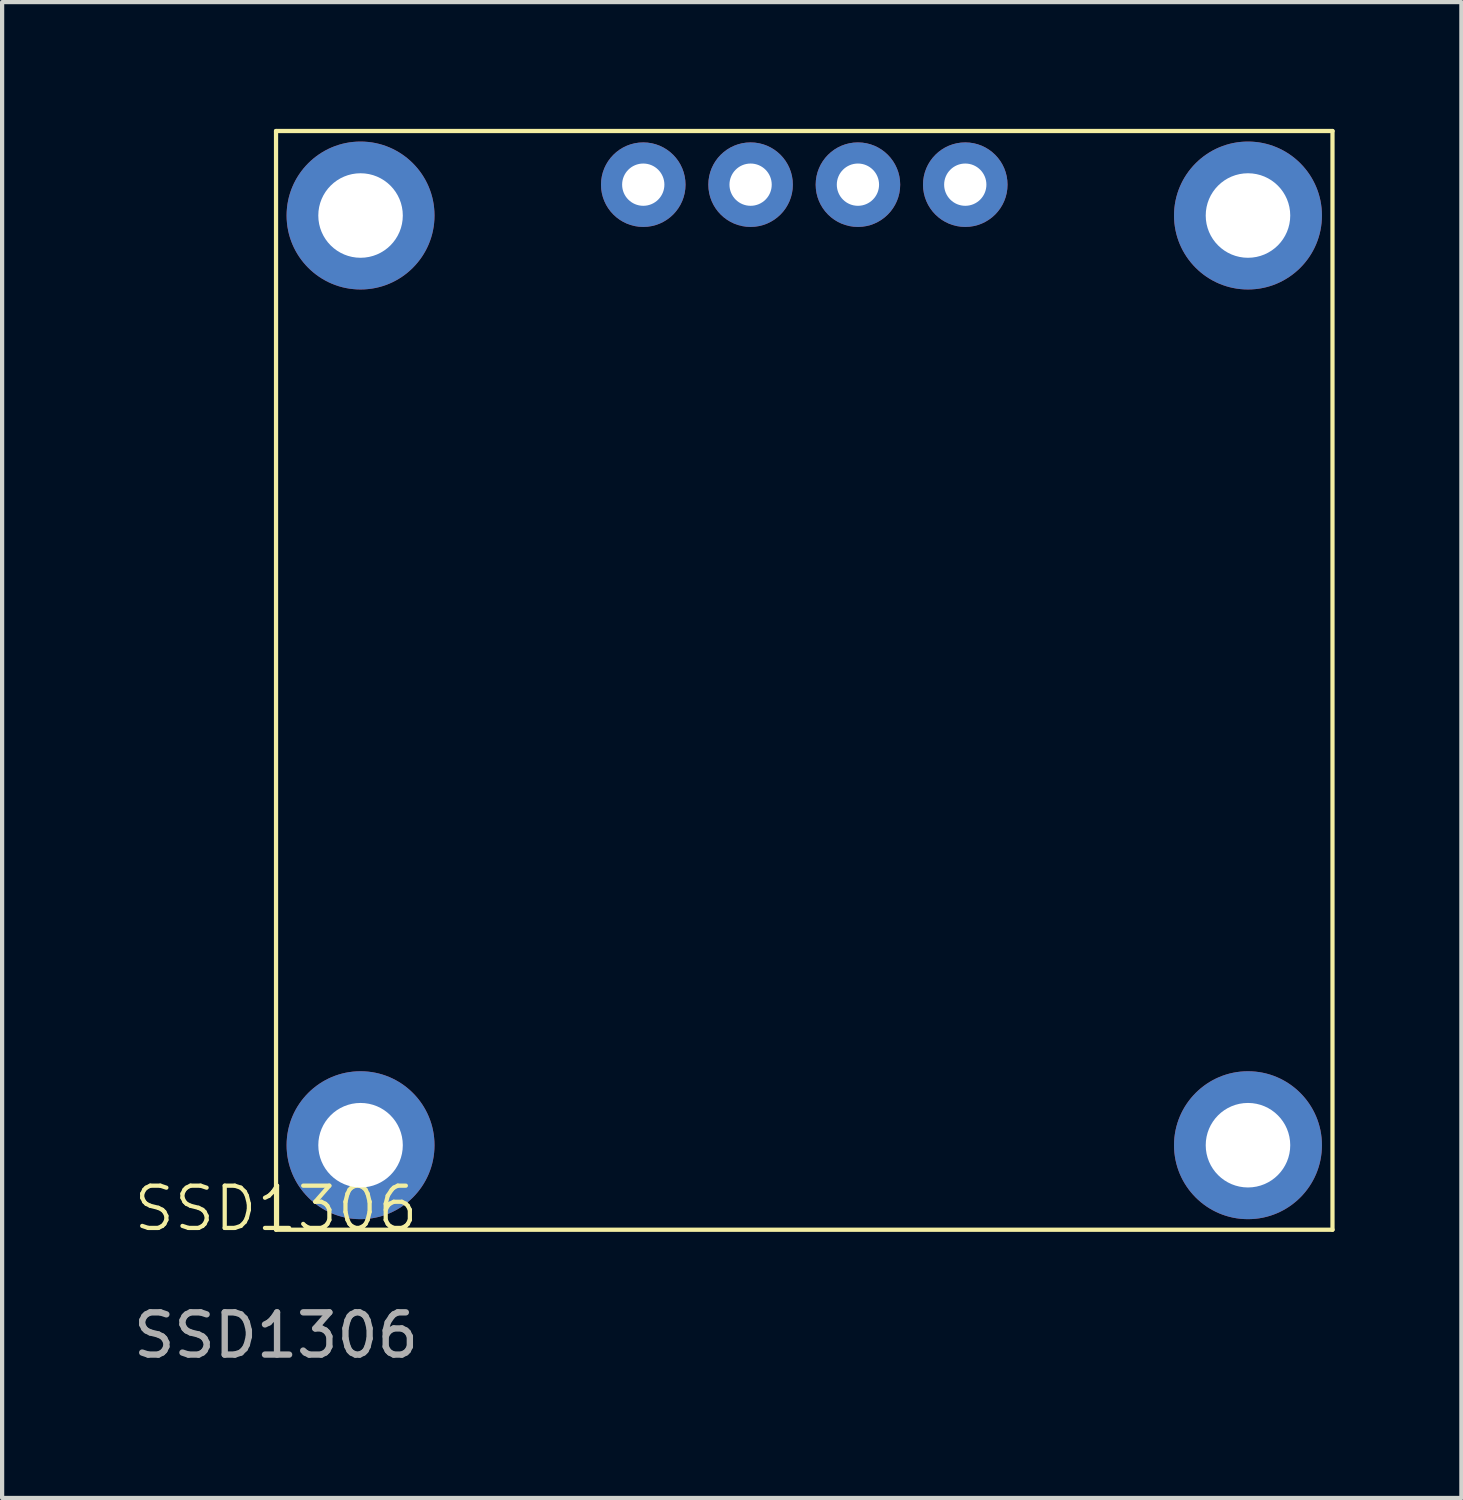
<source format=kicad_pcb>
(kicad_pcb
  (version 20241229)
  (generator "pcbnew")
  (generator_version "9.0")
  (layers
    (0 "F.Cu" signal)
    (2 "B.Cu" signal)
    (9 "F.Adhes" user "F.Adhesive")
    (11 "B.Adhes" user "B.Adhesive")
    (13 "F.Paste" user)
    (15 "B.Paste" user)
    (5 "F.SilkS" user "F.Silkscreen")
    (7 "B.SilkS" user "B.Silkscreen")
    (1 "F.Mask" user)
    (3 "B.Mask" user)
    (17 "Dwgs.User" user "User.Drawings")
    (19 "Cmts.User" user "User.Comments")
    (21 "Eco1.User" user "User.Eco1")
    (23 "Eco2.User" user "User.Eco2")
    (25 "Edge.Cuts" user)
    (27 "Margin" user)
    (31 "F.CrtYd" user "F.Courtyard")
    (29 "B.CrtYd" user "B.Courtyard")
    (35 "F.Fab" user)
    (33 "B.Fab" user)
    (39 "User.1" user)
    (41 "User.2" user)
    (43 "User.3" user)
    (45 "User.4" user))
  (footprint "SSD1306"
    (layer "F.Cu")
    (at 3.482 26.05)
    (property "Reference" "SSD1306" (at 0 -0.5 0) (unlocked yes) (layer "F.SilkS") (effects (font (size 1 1) (thickness 0.1))))
    (attr smd)
    (fp_line (start 0 -26) (end 25 -26) (stroke (width 0.1) (type default)) (layer "F.SilkS"))
    (fp_line (start 0 0) (end 0 -26) (stroke (width 0.1) (type default)) (layer "F.SilkS"))
    (fp_line (start 25 -26) (end 25 0) (stroke (width 0.1) (type default)) (layer "F.SilkS"))
    (fp_line (start 25 0) (end 0 0) (stroke (width 0.1) (type default)) (layer "F.SilkS"))
    (fp_text user "${REFERENCE}" (at 0 2.5 0) (unlocked yes) (layer "F.Fab") (effects (font (size 1 1) (thickness 0.15))))
    (pad "" np_thru_hole circle (at 2 -24) (size 3.5 3.5) (drill 2) (layers "*.Cu" "*.Mask"))
    (pad "" np_thru_hole circle (at 2 -2) (size 3.5 3.5) (drill 2) (layers "*.Cu" "*.Mask"))
    (pad "" np_thru_hole circle (at 23 -24) (size 3.5 3.5) (drill 2) (layers "*.Cu" "*.Mask"))
    (pad "" np_thru_hole circle (at 23 -2) (size 3.5 3.5) (drill 2) (layers "*.Cu" "*.Mask"))
    (pad "1" thru_hole circle (at 8.69 -24.73) (size 2 2) (drill 1) (layers "*.Cu" "*.Mask"))
    (pad "2" thru_hole circle (at 11.23 -24.73) (size 2 2) (drill 1) (layers "*.Cu" "*.Mask"))
    (pad "3" thru_hole circle (at 13.77 -24.73) (size 2 2) (drill 1) (layers "*.Cu" "*.Mask"))
    (pad "4" thru_hole circle (at 16.31 -24.73) (size 2 2) (drill 1) (layers "*.Cu" "*.Mask")))
  (gr_rect
    (start -3 -3)
    (end 31.532 32.398)
    (stroke (width 0.1) (type default))
    (fill no)
    (layer "Edge.Cuts")))
</source>
